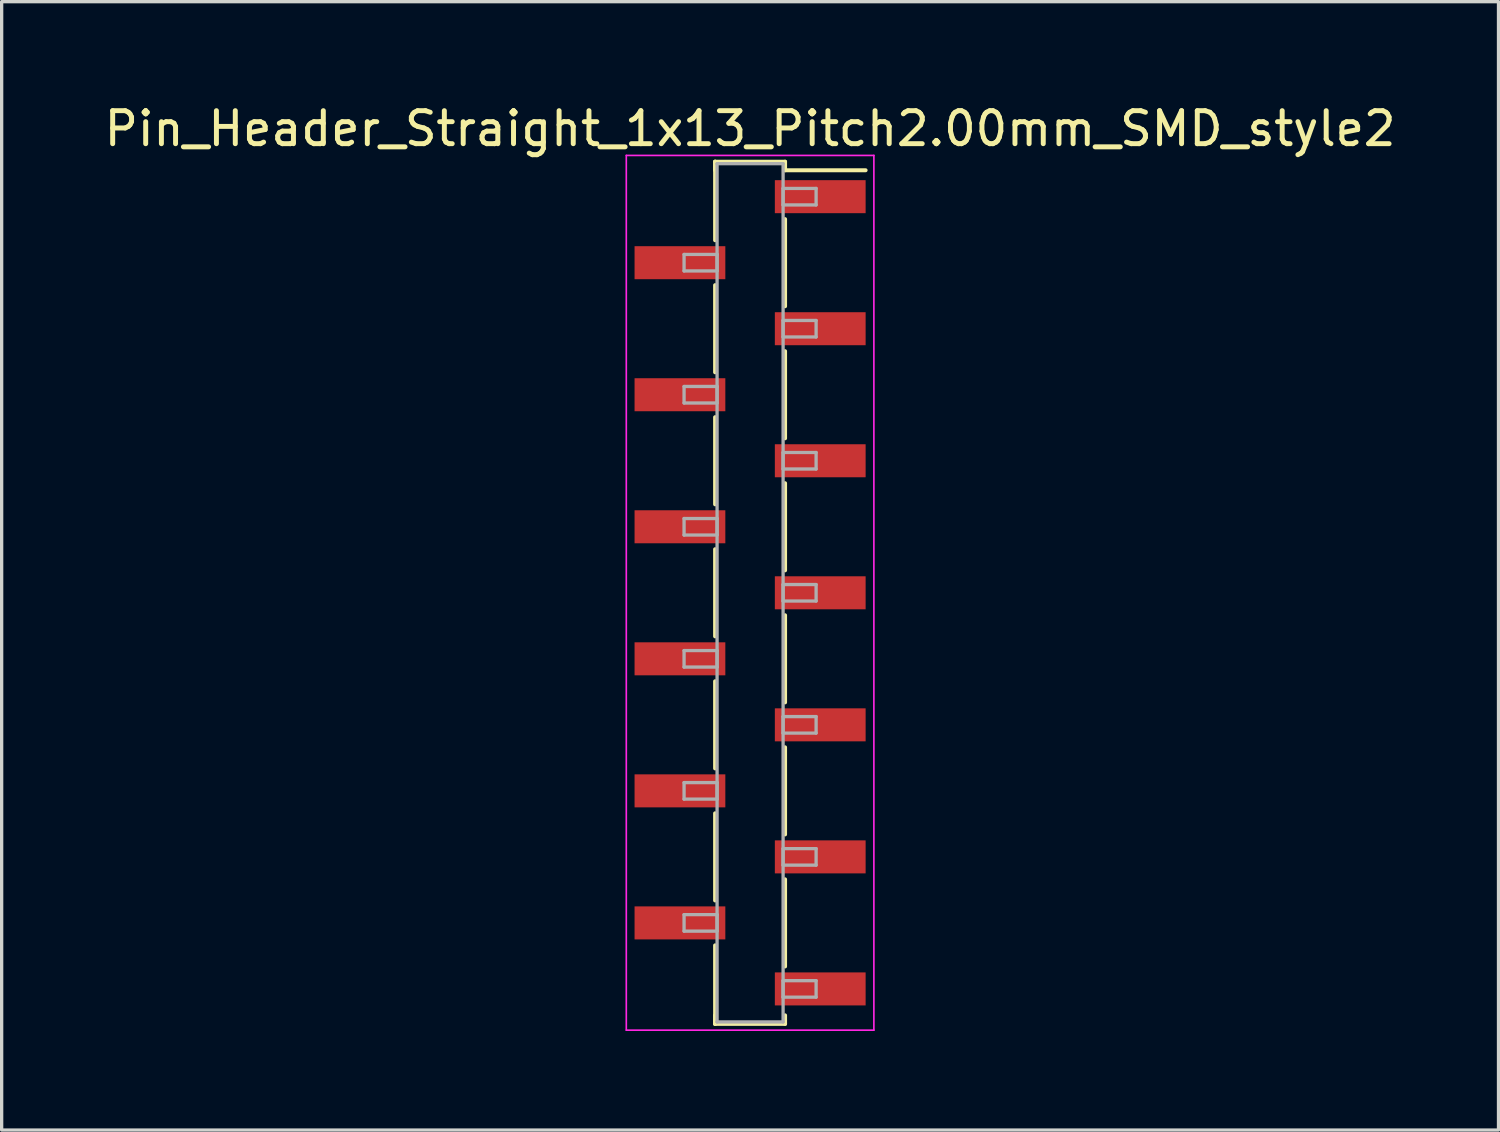
<source format=kicad_pcb>
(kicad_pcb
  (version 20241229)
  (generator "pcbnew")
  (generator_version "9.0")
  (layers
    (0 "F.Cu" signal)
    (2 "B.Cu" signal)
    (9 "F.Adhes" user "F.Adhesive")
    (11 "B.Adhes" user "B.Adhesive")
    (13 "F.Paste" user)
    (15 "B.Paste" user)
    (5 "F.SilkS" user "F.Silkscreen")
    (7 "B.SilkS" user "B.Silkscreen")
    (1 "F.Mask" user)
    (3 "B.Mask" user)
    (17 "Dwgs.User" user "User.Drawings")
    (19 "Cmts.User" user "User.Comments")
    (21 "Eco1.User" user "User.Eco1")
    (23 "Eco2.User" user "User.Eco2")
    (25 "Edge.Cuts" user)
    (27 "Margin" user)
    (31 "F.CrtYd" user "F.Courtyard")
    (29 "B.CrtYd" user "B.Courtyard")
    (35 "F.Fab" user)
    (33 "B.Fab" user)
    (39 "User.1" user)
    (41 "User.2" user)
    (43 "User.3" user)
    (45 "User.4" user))
  (footprint "Pin_Header_Straight_1x13_Pitch2.00mm_SMD_style2"
    (layer "F.Cu")
    (at 19.673 14.908)
    (property "Reference" "Pin_Header_Straight_1x13_Pitch2.00mm_SMD_style2" (at 0 -14.06 0) (layer "F.SilkS") (effects (font (size 1 1) (thickness 0.15))))
    (attr smd)
    (fp_line (start -1.06 -13.06) (end -1.06 -10.68) (stroke (width 0.12) (type solid)) (layer "F.SilkS"))
    (fp_line (start -1.06 -13.06) (end 1.06 -13.06) (stroke (width 0.12) (type solid)) (layer "F.SilkS"))
    (fp_line (start -1.06 -12.8) (end -1.06 -13.06) (stroke (width 0.12) (type solid)) (layer "F.SilkS"))
    (fp_line (start -1.06 -9.32) (end -1.06 -6.68) (stroke (width 0.12) (type solid)) (layer "F.SilkS"))
    (fp_line (start -1.06 -5.32) (end -1.06 -2.68) (stroke (width 0.12) (type solid)) (layer "F.SilkS"))
    (fp_line (start -1.06 -1.32) (end -1.06 1.32) (stroke (width 0.12) (type solid)) (layer "F.SilkS"))
    (fp_line (start -1.06 2.68) (end -1.06 5.32) (stroke (width 0.12) (type solid)) (layer "F.SilkS"))
    (fp_line (start -1.06 6.68) (end -1.06 9.32) (stroke (width 0.12) (type solid)) (layer "F.SilkS"))
    (fp_line (start -1.06 10.68) (end -1.06 13.06) (stroke (width 0.12) (type solid)) (layer "F.SilkS"))
    (fp_line (start -1.06 12.8) (end -1.06 13.06) (stroke (width 0.12) (type solid)) (layer "F.SilkS"))
    (fp_line (start -1.06 13.06) (end 1.06 13.06) (stroke (width 0.12) (type solid)) (layer "F.SilkS"))
    (fp_line (start 1.06 -13.06) (end 1.06 -12.8) (stroke (width 0.12) (type solid)) (layer "F.SilkS"))
    (fp_line (start 1.06 -12.8) (end 3.5 -12.8) (stroke (width 0.12) (type solid)) (layer "F.SilkS"))
    (fp_line (start 1.06 -11.32) (end 1.06 -8.68) (stroke (width 0.12) (type solid)) (layer "F.SilkS"))
    (fp_line (start 1.06 -7.32) (end 1.06 -4.68) (stroke (width 0.12) (type solid)) (layer "F.SilkS"))
    (fp_line (start 1.06 -3.32) (end 1.06 -0.68) (stroke (width 0.12) (type solid)) (layer "F.SilkS"))
    (fp_line (start 1.06 0.68) (end 1.06 3.32) (stroke (width 0.12) (type solid)) (layer "F.SilkS"))
    (fp_line (start 1.06 4.68) (end 1.06 7.32) (stroke (width 0.12) (type solid)) (layer "F.SilkS"))
    (fp_line (start 1.06 8.68) (end 1.06 11.32) (stroke (width 0.12) (type solid)) (layer "F.SilkS"))
    (fp_line (start 1.06 13.06) (end 1.06 12.8) (stroke (width 0.12) (type solid)) (layer "F.SilkS"))
    (fp_line (start -3.75 -13.25) (end -3.75 13.25) (stroke (width 0.05) (type solid)) (layer "F.CrtYd"))
    (fp_line (start -3.75 13.25) (end 3.75 13.25) (stroke (width 0.05) (type solid)) (layer "F.CrtYd"))
    (fp_line (start 3.75 -13.25) (end -3.75 -13.25) (stroke (width 0.05) (type solid)) (layer "F.CrtYd"))
    (fp_line (start 3.75 13.25) (end 3.75 -13.25) (stroke (width 0.05) (type solid)) (layer "F.CrtYd"))
    (fp_line (start -2 -10.25) (end -1 -10.25) (stroke (width 0.1) (type solid)) (layer "F.Fab"))
    (fp_line (start -2 -9.75) (end -2 -10.25) (stroke (width 0.1) (type solid)) (layer "F.Fab"))
    (fp_line (start -2 -6.25) (end -1 -6.25) (stroke (width 0.1) (type solid)) (layer "F.Fab"))
    (fp_line (start -2 -5.75) (end -2 -6.25) (stroke (width 0.1) (type solid)) (layer "F.Fab"))
    (fp_line (start -2 -2.25) (end -1 -2.25) (stroke (width 0.1) (type solid)) (layer "F.Fab"))
    (fp_line (start -2 -1.75) (end -2 -2.25) (stroke (width 0.1) (type solid)) (layer "F.Fab"))
    (fp_line (start -2 1.75) (end -1 1.75) (stroke (width 0.1) (type solid)) (layer "F.Fab"))
    (fp_line (start -2 2.25) (end -2 1.75) (stroke (width 0.1) (type solid)) (layer "F.Fab"))
    (fp_line (start -2 5.75) (end -1 5.75) (stroke (width 0.1) (type solid)) (layer "F.Fab"))
    (fp_line (start -2 6.25) (end -2 5.75) (stroke (width 0.1) (type solid)) (layer "F.Fab"))
    (fp_line (start -2 9.75) (end -1 9.75) (stroke (width 0.1) (type solid)) (layer "F.Fab"))
    (fp_line (start -2 10.25) (end -2 9.75) (stroke (width 0.1) (type solid)) (layer "F.Fab"))
    (fp_line (start -1 -13) (end -1 13) (stroke (width 0.1) (type solid)) (layer "F.Fab"))
    (fp_line (start -1 -10.25) (end -1 -9.75) (stroke (width 0.1) (type solid)) (layer "F.Fab"))
    (fp_line (start -1 -9.75) (end -2 -9.75) (stroke (width 0.1) (type solid)) (layer "F.Fab"))
    (fp_line (start -1 -6.25) (end -1 -5.75) (stroke (width 0.1) (type solid)) (layer "F.Fab"))
    (fp_line (start -1 -5.75) (end -2 -5.75) (stroke (width 0.1) (type solid)) (layer "F.Fab"))
    (fp_line (start -1 -2.25) (end -1 -1.75) (stroke (width 0.1) (type solid)) (layer "F.Fab"))
    (fp_line (start -1 -1.75) (end -2 -1.75) (stroke (width 0.1) (type solid)) (layer "F.Fab"))
    (fp_line (start -1 1.75) (end -1 2.25) (stroke (width 0.1) (type solid)) (layer "F.Fab"))
    (fp_line (start -1 2.25) (end -2 2.25) (stroke (width 0.1) (type solid)) (layer "F.Fab"))
    (fp_line (start -1 5.75) (end -1 6.25) (stroke (width 0.1) (type solid)) (layer "F.Fab"))
    (fp_line (start -1 6.25) (end -2 6.25) (stroke (width 0.1) (type solid)) (layer "F.Fab"))
    (fp_line (start -1 9.75) (end -1 10.25) (stroke (width 0.1) (type solid)) (layer "F.Fab"))
    (fp_line (start -1 10.25) (end -2 10.25) (stroke (width 0.1) (type solid)) (layer "F.Fab"))
    (fp_line (start -1 13) (end 1 13) (stroke (width 0.1) (type solid)) (layer "F.Fab"))
    (fp_line (start 1 -13) (end -1 -13) (stroke (width 0.1) (type solid)) (layer "F.Fab"))
    (fp_line (start 1 -12.25) (end 1 -11.75) (stroke (width 0.1) (type solid)) (layer "F.Fab"))
    (fp_line (start 1 -11.75) (end 2 -11.75) (stroke (width 0.1) (type solid)) (layer "F.Fab"))
    (fp_line (start 1 -8.25) (end 1 -7.75) (stroke (width 0.1) (type solid)) (layer "F.Fab"))
    (fp_line (start 1 -7.75) (end 2 -7.75) (stroke (width 0.1) (type solid)) (layer "F.Fab"))
    (fp_line (start 1 -4.25) (end 1 -3.75) (stroke (width 0.1) (type solid)) (layer "F.Fab"))
    (fp_line (start 1 -3.75) (end 2 -3.75) (stroke (width 0.1) (type solid)) (layer "F.Fab"))
    (fp_line (start 1 -0.25) (end 1 0.25) (stroke (width 0.1) (type solid)) (layer "F.Fab"))
    (fp_line (start 1 0.25) (end 2 0.25) (stroke (width 0.1) (type solid)) (layer "F.Fab"))
    (fp_line (start 1 3.75) (end 1 4.25) (stroke (width 0.1) (type solid)) (layer "F.Fab"))
    (fp_line (start 1 4.25) (end 2 4.25) (stroke (width 0.1) (type solid)) (layer "F.Fab"))
    (fp_line (start 1 7.75) (end 1 8.25) (stroke (width 0.1) (type solid)) (layer "F.Fab"))
    (fp_line (start 1 8.25) (end 2 8.25) (stroke (width 0.1) (type solid)) (layer "F.Fab"))
    (fp_line (start 1 11.75) (end 1 12.25) (stroke (width 0.1) (type solid)) (layer "F.Fab"))
    (fp_line (start 1 12.25) (end 2 12.25) (stroke (width 0.1) (type solid)) (layer "F.Fab"))
    (fp_line (start 1 13) (end 1 -13) (stroke (width 0.1) (type solid)) (layer "F.Fab"))
    (fp_line (start 2 -12.25) (end 1 -12.25) (stroke (width 0.1) (type solid)) (layer "F.Fab"))
    (fp_line (start 2 -11.75) (end 2 -12.25) (stroke (width 0.1) (type solid)) (layer "F.Fab"))
    (fp_line (start 2 -8.25) (end 1 -8.25) (stroke (width 0.1) (type solid)) (layer "F.Fab"))
    (fp_line (start 2 -7.75) (end 2 -8.25) (stroke (width 0.1) (type solid)) (layer "F.Fab"))
    (fp_line (start 2 -4.25) (end 1 -4.25) (stroke (width 0.1) (type solid)) (layer "F.Fab"))
    (fp_line (start 2 -3.75) (end 2 -4.25) (stroke (width 0.1) (type solid)) (layer "F.Fab"))
    (fp_line (start 2 -0.25) (end 1 -0.25) (stroke (width 0.1) (type solid)) (layer "F.Fab"))
    (fp_line (start 2 0.25) (end 2 -0.25) (stroke (width 0.1) (type solid)) (layer "F.Fab"))
    (fp_line (start 2 3.75) (end 1 3.75) (stroke (width 0.1) (type solid)) (layer "F.Fab"))
    (fp_line (start 2 4.25) (end 2 3.75) (stroke (width 0.1) (type solid)) (layer "F.Fab"))
    (fp_line (start 2 7.75) (end 1 7.75) (stroke (width 0.1) (type solid)) (layer "F.Fab"))
    (fp_line (start 2 8.25) (end 2 7.75) (stroke (width 0.1) (type solid)) (layer "F.Fab"))
    (fp_line (start 2 11.75) (end 1 11.75) (stroke (width 0.1) (type solid)) (layer "F.Fab"))
    (fp_line (start 2 12.25) (end 2 11.75) (stroke (width 0.1) (type solid)) (layer "F.Fab"))
    (pad "1" smd rect (at 2.125 -12) (size 2.75 1) (layers "F.Cu" "F.Mask"))
    (pad "2" smd rect (at -2.125 -10) (size 2.75 1) (layers "F.Cu" "F.Mask"))
    (pad "3" smd rect (at 2.125 -8) (size 2.75 1) (layers "F.Cu" "F.Mask"))
    (pad "4" smd rect (at -2.125 -6) (size 2.75 1) (layers "F.Cu" "F.Mask"))
    (pad "5" smd rect (at 2.125 -4) (size 2.75 1) (layers "F.Cu" "F.Mask"))
    (pad "6" smd rect (at -2.125 -2) (size 2.75 1) (layers "F.Cu" "F.Mask"))
    (pad "7" smd rect (at 2.125 0) (size 2.75 1) (layers "F.Cu" "F.Mask"))
    (pad "8" smd rect (at -2.125 2) (size 2.75 1) (layers "F.Cu" "F.Mask"))
    (pad "9" smd rect (at 2.125 4) (size 2.75 1) (layers "F.Cu" "F.Mask"))
    (pad "10" smd rect (at -2.125 6) (size 2.75 1) (layers "F.Cu" "F.Mask"))
    (pad "11" smd rect (at 2.125 8) (size 2.75 1) (layers "F.Cu" "F.Mask"))
    (pad "12" smd rect (at -2.125 10) (size 2.75 1) (layers "F.Cu" "F.Mask"))
    (pad "13" smd rect (at 2.125 12) (size 2.75 1) (layers "F.Cu" "F.Mask")))
  (gr_rect
    (start -3 -3)
    (end 42.345 31.183)
    (stroke (width 0.1) (type default))
    (fill no)
    (layer "Edge.Cuts")))
</source>
